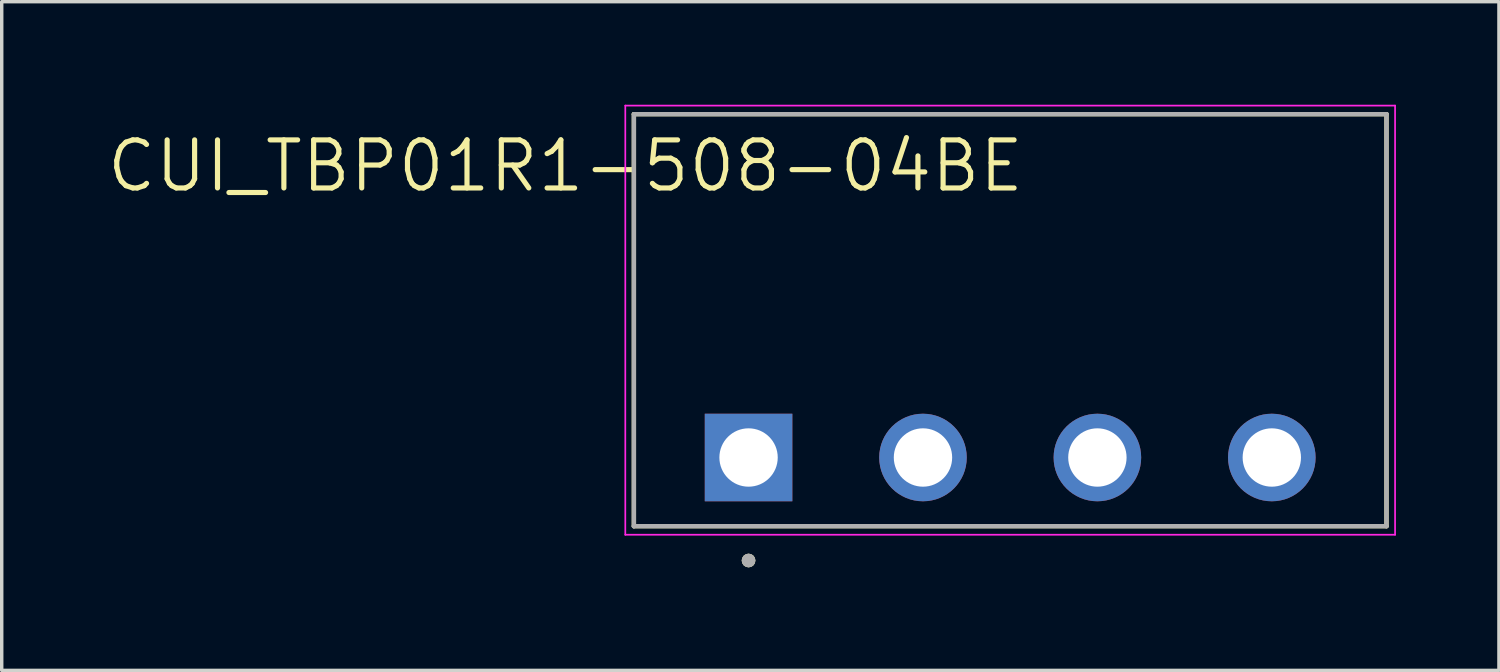
<source format=kicad_pcb>
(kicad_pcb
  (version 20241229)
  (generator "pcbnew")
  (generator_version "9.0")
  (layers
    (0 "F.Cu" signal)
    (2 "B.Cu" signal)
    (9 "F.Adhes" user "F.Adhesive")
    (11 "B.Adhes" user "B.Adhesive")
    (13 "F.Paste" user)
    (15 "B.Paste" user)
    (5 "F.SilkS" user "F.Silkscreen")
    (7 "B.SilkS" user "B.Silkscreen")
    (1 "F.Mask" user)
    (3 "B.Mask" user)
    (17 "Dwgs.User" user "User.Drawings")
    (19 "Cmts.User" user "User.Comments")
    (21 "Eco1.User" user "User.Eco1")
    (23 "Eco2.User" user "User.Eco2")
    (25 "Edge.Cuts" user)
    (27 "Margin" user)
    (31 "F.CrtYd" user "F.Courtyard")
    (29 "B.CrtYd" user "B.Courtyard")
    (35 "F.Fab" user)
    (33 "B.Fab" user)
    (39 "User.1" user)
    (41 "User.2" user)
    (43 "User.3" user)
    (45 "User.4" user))
  (footprint "CUI_TBP01R1-508-04BE"
    (layer "F.Cu")
    (at 18.752 10.275)
    (property "Reference" "CUI_TBP01R1-508-04BE" (at -5.334 -8.491 0) (layer "F.SilkS") (effects (font (size 1.4 1.4) (thickness 0.15))))
    (attr through_hole)
    (fp_line (start -3.34 -10) (end 18.58 -10) (stroke (width 0.127) (type solid)) (layer "F.SilkS"))
    (fp_line (start -3.34 2) (end -3.34 -10) (stroke (width 0.127) (type solid)) (layer "F.SilkS"))
    (fp_line (start 18.58 -10) (end 18.58 2) (stroke (width 0.127) (type solid)) (layer "F.SilkS"))
    (fp_line (start 18.58 2) (end -3.34 2) (stroke (width 0.127) (type solid)) (layer "F.SilkS"))
    (fp_circle (center 0 3) (end 0.1 3) (stroke (width 0.2) (type solid)) (fill no) (layer "F.SilkS"))
    (fp_line (start -3.59 -10.25) (end 18.83 -10.25) (stroke (width 0.05) (type solid)) (layer "F.CrtYd"))
    (fp_line (start -3.59 2.25) (end -3.59 -10.25) (stroke (width 0.05) (type solid)) (layer "F.CrtYd"))
    (fp_line (start 18.83 -10.25) (end 18.83 2.25) (stroke (width 0.05) (type solid)) (layer "F.CrtYd"))
    (fp_line (start 18.83 2.25) (end -3.59 2.25) (stroke (width 0.05) (type solid)) (layer "F.CrtYd"))
    (fp_line (start -3.34 -10) (end 18.58 -10) (stroke (width 0.127) (type solid)) (layer "F.Fab"))
    (fp_line (start -3.34 2) (end -3.34 -10) (stroke (width 0.127) (type solid)) (layer "F.Fab"))
    (fp_line (start 18.58 -10) (end 18.58 2) (stroke (width 0.127) (type solid)) (layer "F.Fab"))
    (fp_line (start 18.58 2) (end -3.34 2) (stroke (width 0.127) (type solid)) (layer "F.Fab"))
    (fp_circle (center 0 3) (end 0.1 3) (stroke (width 0.2) (type solid)) (fill no) (layer "F.Fab"))
    (pad "1" thru_hole rect (at 0 0) (size 2.55 2.55) (drill 1.7) (layers "*.Cu" "*.Mask"))
    (pad "2" thru_hole circle (at 5.08 0) (size 2.55 2.55) (drill 1.7) (layers "*.Cu" "*.Mask"))
    (pad "3" thru_hole circle (at 10.16 0) (size 2.55 2.55) (drill 1.7) (layers "*.Cu" "*.Mask"))
    (pad "4" thru_hole circle (at 15.24 0) (size 2.55 2.55) (drill 1.7) (layers "*.Cu" "*.Mask")))
  (gr_rect
    (start -3 -3)
    (end 40.607 16.475)
    (stroke (width 0.1) (type default))
    (fill no)
    (layer "Edge.Cuts")))
</source>
